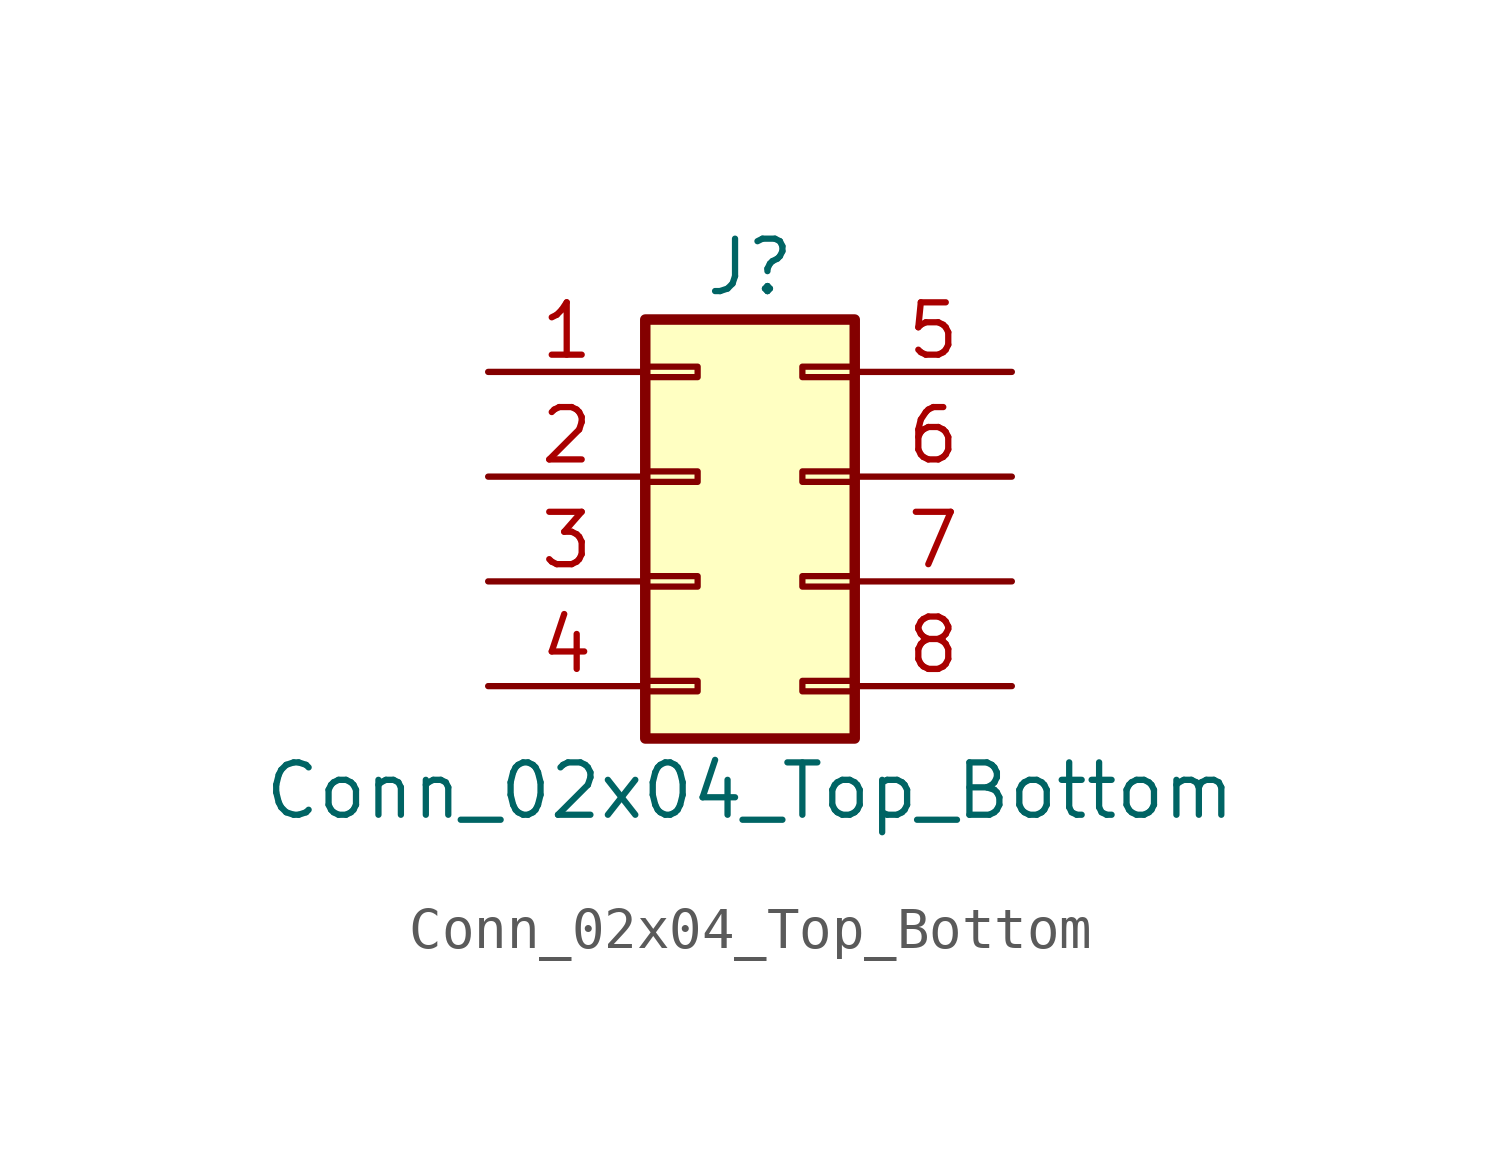
<source format=kicad_sym>
(kicad_symbol_lib
  (version 20231120)
  (generator "kicad_symbol_editor")
  (generator_version "8.0")
  (symbol "Conn_02x04_Top_Bottom"
    (pin_names
      (offset 1.016) hide)
    (property "Reference" "J"
      (at 1.27 5.08 0)
      (effects (font (size 1.27 1.27))))
    (property "Value" "Conn_02x04_Top_Bottom"
      (at 1.27 -7.62 0)
      (effects (font (size 1.27 1.27))))
    (symbol "Conn_02x04_Top_Bottom_1_1"
      (rectangle (start -1.27 -4.953) (end 0 -5.207) (stroke (width 0.152) (type default)) (fill (type none)))
      (rectangle (start -1.27 -2.413) (end 0 -2.667) (stroke (width 0.152) (type default)) (fill (type none)))
      (rectangle (start -1.27 0.127) (end 0 -0.127) (stroke (width 0.152) (type default)) (fill (type none)))
      (rectangle (start -1.27 2.667) (end 0 2.413) (stroke (width 0.152) (type default)) (fill (type none)))
      (rectangle (start -1.27 3.81) (end 3.81 -6.35) (stroke (width 0.254) (type default)) (fill (type background)))
      (rectangle (start 3.81 -4.953) (end 2.54 -5.207) (stroke (width 0.152) (type default)) (fill (type none)))
      (rectangle (start 3.81 -2.413) (end 2.54 -2.667) (stroke (width 0.152) (type default)) (fill (type none)))
      (rectangle (start 3.81 0.127) (end 2.54 -0.127) (stroke (width 0.152) (type default)) (fill (type none)))
      (rectangle (start 3.81 2.667) (end 2.54 2.413) (stroke (width 0.152) (type default)) (fill (type none)))
      (pin passive line (at -5.08 2.54 0) (length 3.81) (name "Pin_1" (effects (font (size 1.27 1.27)))) (number "1" (effects (font (size 1.27 1.27)))))
      (pin passive line (at -5.08 0 0) (length 3.81) (name "Pin_2" (effects (font (size 1.27 1.27)))) (number "2" (effects (font (size 1.27 1.27)))))
      (pin passive line (at -5.08 -2.54 0) (length 3.81) (name "Pin_3" (effects (font (size 1.27 1.27)))) (number "3" (effects (font (size 1.27 1.27)))))
      (pin passive line (at -5.08 -5.08 0) (length 3.81) (name "Pin_4" (effects (font (size 1.27 1.27)))) (number "4" (effects (font (size 1.27 1.27)))))
      (pin passive line (at 7.62 2.54 180) (length 3.81) (name "Pin_5" (effects (font (size 1.27 1.27)))) (number "5" (effects (font (size 1.27 1.27)))))
      (pin passive line (at 7.62 0 180) (length 3.81) (name "Pin_6" (effects (font (size 1.27 1.27)))) (number "6" (effects (font (size 1.27 1.27)))))
      (pin passive line (at 7.62 -2.54 180) (length 3.81) (name "Pin_7" (effects (font (size 1.27 1.27)))) (number "7" (effects (font (size 1.27 1.27)))))
      (pin passive line (at 7.62 -5.08 180) (length 3.81) (name "Pin_8" (effects (font (size 1.27 1.27)))) (number "8" (effects (font (size 1.27 1.27))))))))
</source>
